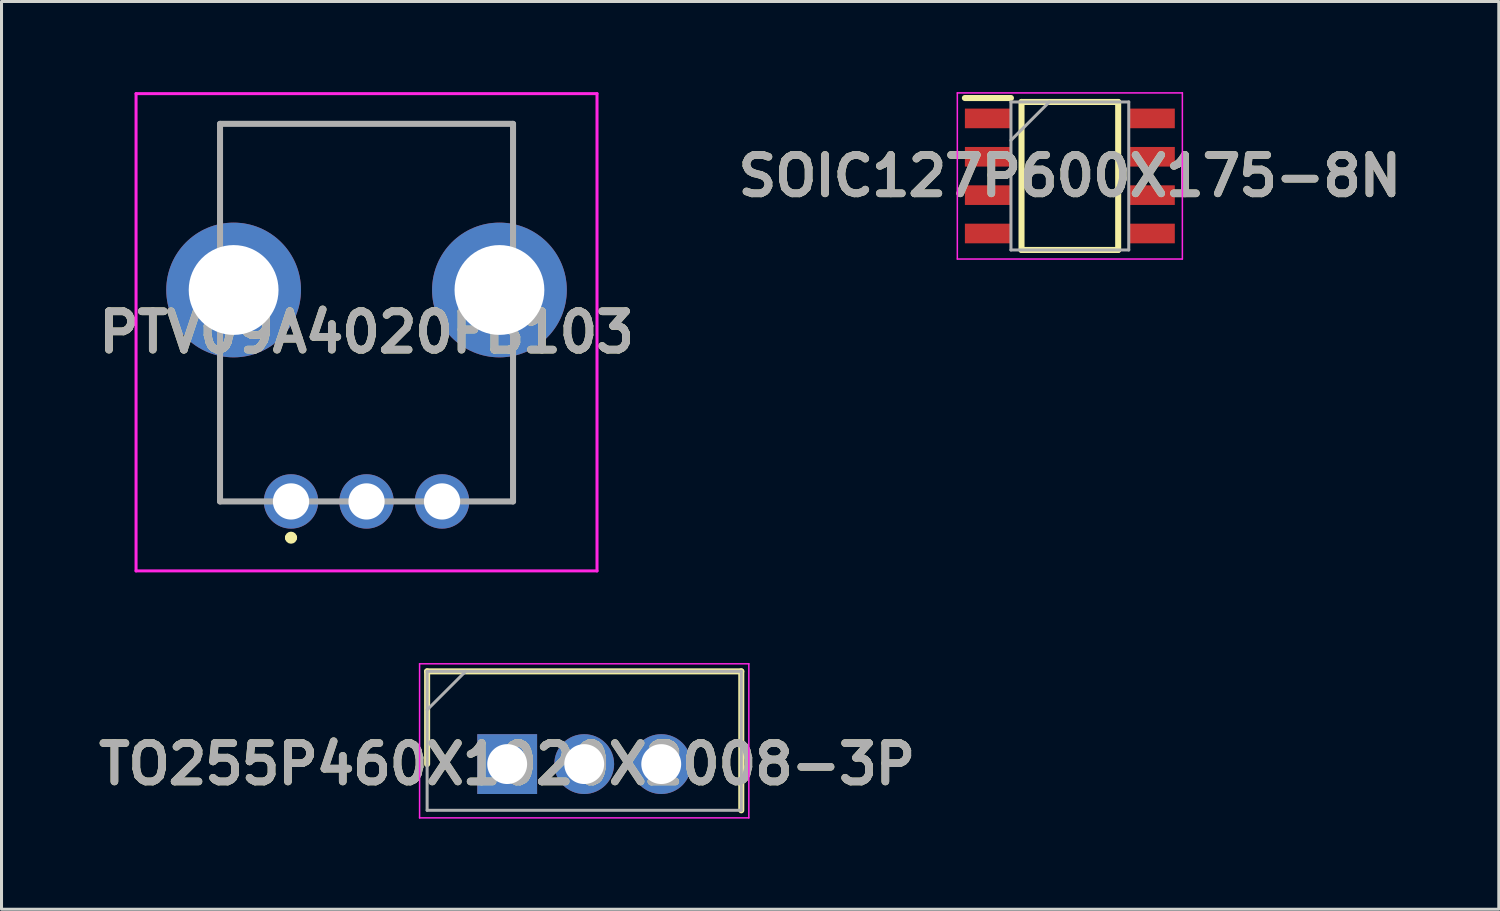
<source format=kicad_pcb>
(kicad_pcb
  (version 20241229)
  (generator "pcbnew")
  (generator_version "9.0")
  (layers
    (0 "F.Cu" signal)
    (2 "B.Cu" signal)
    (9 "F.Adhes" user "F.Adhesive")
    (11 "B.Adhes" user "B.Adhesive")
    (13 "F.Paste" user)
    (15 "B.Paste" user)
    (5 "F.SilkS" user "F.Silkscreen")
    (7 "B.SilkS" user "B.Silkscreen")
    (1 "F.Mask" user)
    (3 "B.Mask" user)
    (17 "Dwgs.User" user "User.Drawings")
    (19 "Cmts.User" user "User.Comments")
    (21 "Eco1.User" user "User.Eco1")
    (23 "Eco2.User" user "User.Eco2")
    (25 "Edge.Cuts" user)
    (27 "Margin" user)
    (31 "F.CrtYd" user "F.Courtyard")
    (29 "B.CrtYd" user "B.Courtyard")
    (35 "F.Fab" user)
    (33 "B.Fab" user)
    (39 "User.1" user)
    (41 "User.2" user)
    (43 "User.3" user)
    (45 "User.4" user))
  (footprint "TO255P460X1020X2008-3P"
    (layer "F.Cu")
    (at 13.74 22.245)
    (property "Reference" "TO255P460X1020X2008-3P" (at 0 0 0) (layer "F.SilkS") (effects (font (size 1.27 1.27) (thickness 0.254))))
    (attr through_hole)
    (fp_line (start -2.65 -3.07) (end -2.65 0) (stroke (width 0.2) (type solid)) (layer "F.SilkS"))
    (fp_line (start 7.75 -3.07) (end -2.65 -3.07) (stroke (width 0.2) (type solid)) (layer "F.SilkS"))
    (fp_line (start 7.75 1.53) (end 7.75 -3.07) (stroke (width 0.2) (type solid)) (layer "F.SilkS"))
    (fp_line (start -2.9 -3.32) (end 8 -3.32) (stroke (width 0.05) (type solid)) (layer "F.CrtYd"))
    (fp_line (start -2.9 1.78) (end -2.9 -3.32) (stroke (width 0.05) (type solid)) (layer "F.CrtYd"))
    (fp_line (start 8 -3.32) (end 8 1.78) (stroke (width 0.05) (type solid)) (layer "F.CrtYd"))
    (fp_line (start 8 1.78) (end -2.9 1.78) (stroke (width 0.05) (type solid)) (layer "F.CrtYd"))
    (fp_line (start -2.65 -3.07) (end 7.75 -3.07) (stroke (width 0.1) (type solid)) (layer "F.Fab"))
    (fp_line (start -2.65 -1.795) (end -1.375 -3.07) (stroke (width 0.1) (type solid)) (layer "F.Fab"))
    (fp_line (start -2.65 1.53) (end -2.65 -3.07) (stroke (width 0.1) (type solid)) (layer "F.Fab"))
    (fp_line (start 7.75 -3.07) (end 7.75 1.53) (stroke (width 0.1) (type solid)) (layer "F.Fab"))
    (fp_line (start 7.75 1.53) (end -2.65 1.53) (stroke (width 0.1) (type solid)) (layer "F.Fab"))
    (fp_text user "${REFERENCE}" (at 0 0 0) (layer "F.Fab") (effects (font (size 1.27 1.27) (thickness 0.254))))
    (pad "1" thru_hole rect (at 0 0) (size 1.98 1.98) (drill 1.32) (layers "*.Cu" "*.Mask"))
    (pad "2" thru_hole circle (at 2.55 0) (size 1.98 1.98) (drill 1.32) (layers "*.Cu" "*.Mask"))
    (pad "3" thru_hole circle (at 5.1 0) (size 1.98 1.98) (drill 1.32) (layers "*.Cu" "*.Mask")))
  (footprint "SOIC127P600X175-8N"
    (layer "F.Cu")
    (at 32.367 2.775)
    (property "Reference" "SOIC127P600X175-8N" (at 0 0 0) (layer "F.SilkS") (effects (font (size 1.27 1.27) (thickness 0.254))))
    (attr smd)
    (fp_line (start -3.475 -2.58) (end -1.95 -2.58) (stroke (width 0.2) (type solid)) (layer "F.SilkS"))
    (fp_line (start -1.6 -2.45) (end 1.6 -2.45) (stroke (width 0.2) (type solid)) (layer "F.SilkS"))
    (fp_line (start -1.6 2.45) (end -1.6 -2.45) (stroke (width 0.2) (type solid)) (layer "F.SilkS"))
    (fp_line (start 1.6 -2.45) (end 1.6 2.45) (stroke (width 0.2) (type solid)) (layer "F.SilkS"))
    (fp_line (start 1.6 2.45) (end -1.6 2.45) (stroke (width 0.2) (type solid)) (layer "F.SilkS"))
    (fp_line (start -3.725 -2.75) (end 3.725 -2.75) (stroke (width 0.05) (type solid)) (layer "F.CrtYd"))
    (fp_line (start -3.725 2.75) (end -3.725 -2.75) (stroke (width 0.05) (type solid)) (layer "F.CrtYd"))
    (fp_line (start 3.725 -2.75) (end 3.725 2.75) (stroke (width 0.05) (type solid)) (layer "F.CrtYd"))
    (fp_line (start 3.725 2.75) (end -3.725 2.75) (stroke (width 0.05) (type solid)) (layer "F.CrtYd"))
    (fp_line (start -1.95 -2.45) (end 1.95 -2.45) (stroke (width 0.1) (type solid)) (layer "F.Fab"))
    (fp_line (start -1.95 -1.18) (end -0.68 -2.45) (stroke (width 0.1) (type solid)) (layer "F.Fab"))
    (fp_line (start -1.95 2.45) (end -1.95 -2.45) (stroke (width 0.1) (type solid)) (layer "F.Fab"))
    (fp_line (start 1.95 -2.45) (end 1.95 2.45) (stroke (width 0.1) (type solid)) (layer "F.Fab"))
    (fp_line (start 1.95 2.45) (end -1.95 2.45) (stroke (width 0.1) (type solid)) (layer "F.Fab"))
    (fp_text user "${REFERENCE}" (at 0 0 0) (layer "F.Fab") (effects (font (size 1.27 1.27) (thickness 0.254))))
    (pad "1" smd rect (at -2.712 -1.905 90) (size 0.65 1.525) (layers "F.Cu" "F.Mask" "F.Paste"))
    (pad "2" smd rect (at -2.712 -0.635 90) (size 0.65 1.525) (layers "F.Cu" "F.Mask" "F.Paste"))
    (pad "3" smd rect (at -2.712 0.635 90) (size 0.65 1.525) (layers "F.Cu" "F.Mask" "F.Paste"))
    (pad "4" smd rect (at -2.712 1.905 90) (size 0.65 1.525) (layers "F.Cu" "F.Mask" "F.Paste"))
    (pad "5" smd rect (at 2.712 1.905 90) (size 0.65 1.525) (layers "F.Cu" "F.Mask" "F.Paste"))
    (pad "6" smd rect (at 2.712 0.635 90) (size 0.65 1.525) (layers "F.Cu" "F.Mask" "F.Paste"))
    (pad "7" smd rect (at 2.712 -0.635 90) (size 0.65 1.525) (layers "F.Cu" "F.Mask" "F.Paste"))
    (pad "8" smd rect (at 2.712 -1.905 90) (size 0.65 1.525) (layers "F.Cu" "F.Mask" "F.Paste")))
  (footprint "PTV09A4020FB103"
    (layer "F.Cu")
    (at 9.084 7.95)
    (property "Reference" "PTV09A4020FB103" (at 0 0 0) (layer "F.SilkS") (effects (font (size 1.27 1.27) (thickness 0.254))))
    (attr through_hole)
    (fp_line (start -4.85 -6.9) (end 4.85 -6.9) (stroke (width 0.1) (type solid)) (layer "F.SilkS"))
    (fp_line (start -4.85 -3.9) (end -4.85 -6.9) (stroke (width 0.1) (type solid)) (layer "F.SilkS"))
    (fp_line (start -4.85 1.1) (end -4.85 5.6) (stroke (width 0.1) (type solid)) (layer "F.SilkS"))
    (fp_line (start -4.85 5.6) (end -4 5.6) (stroke (width 0.1) (type solid)) (layer "F.SilkS"))
    (fp_line (start -2.6 6.8) (end -2.6 6.8) (stroke (width 0.2) (type solid)) (layer "F.SilkS"))
    (fp_line (start -2.4 6.8) (end -2.4 6.8) (stroke (width 0.2) (type solid)) (layer "F.SilkS"))
    (fp_line (start 4 5.6) (end 4.85 5.6) (stroke (width 0.1) (type solid)) (layer "F.SilkS"))
    (fp_line (start 4.85 -6.9) (end 4.85 -3.9) (stroke (width 0.1) (type solid)) (layer "F.SilkS"))
    (fp_line (start 4.85 5.6) (end 4.85 1.1) (stroke (width 0.1) (type solid)) (layer "F.SilkS"))
    (fp_arc (start -2.6 6.8) (mid -2.5 6.7) (end -2.4 6.8) (stroke (width 0.2) (type solid)) (layer "F.SilkS"))
    (fp_arc (start -2.4 6.8) (mid -2.5 6.9) (end -2.6 6.8) (stroke (width 0.2) (type solid)) (layer "F.SilkS"))
    (fp_line (start -7.63 -7.9) (end 7.63 -7.9) (stroke (width 0.1) (type solid)) (layer "F.CrtYd"))
    (fp_line (start -7.63 7.9) (end -7.63 -7.9) (stroke (width 0.1) (type solid)) (layer "F.CrtYd"))
    (fp_line (start 7.63 -7.9) (end 7.63 7.9) (stroke (width 0.1) (type solid)) (layer "F.CrtYd"))
    (fp_line (start 7.63 7.9) (end -7.63 7.9) (stroke (width 0.1) (type solid)) (layer "F.CrtYd"))
    (fp_line (start -4.85 -6.9) (end 4.85 -6.9) (stroke (width 0.2) (type solid)) (layer "F.Fab"))
    (fp_line (start -4.85 5.6) (end -4.85 -6.9) (stroke (width 0.2) (type solid)) (layer "F.Fab"))
    (fp_line (start 4.85 -6.9) (end 4.85 5.6) (stroke (width 0.2) (type solid)) (layer "F.Fab"))
    (fp_line (start 4.85 5.6) (end -4.85 5.6) (stroke (width 0.2) (type solid)) (layer "F.Fab"))
    (fp_text user "${REFERENCE}" (at 0 0 0) (layer "F.Fab") (effects (font (size 1.27 1.27) (thickness 0.254))))
    (pad "1" thru_hole circle (at -2.5 5.6) (size 1.8 1.8) (drill 1.2) (layers "*.Cu" "*.Mask"))
    (pad "2" thru_hole circle (at 0 5.6) (size 1.8 1.8) (drill 1.2) (layers "*.Cu" "*.Mask"))
    (pad "3" thru_hole circle (at 2.5 5.6) (size 1.8 1.8) (drill 1.2) (layers "*.Cu" "*.Mask"))
    (pad "4" thru_hole circle (at -4.4 -1.4) (size 4.46 4.46) (drill 2.973) (layers "*.Cu" "*.Mask"))
    (pad "5" thru_hole circle (at 4.4 -1.4) (size 4.46 4.46) (drill 2.973) (layers "*.Cu" "*.Mask")))
  (gr_rect
    (start -3 -3)
    (end 46.567 27.05)
    (stroke (width 0.1) (type default))
    (fill no)
    (layer "Edge.Cuts")))
</source>
